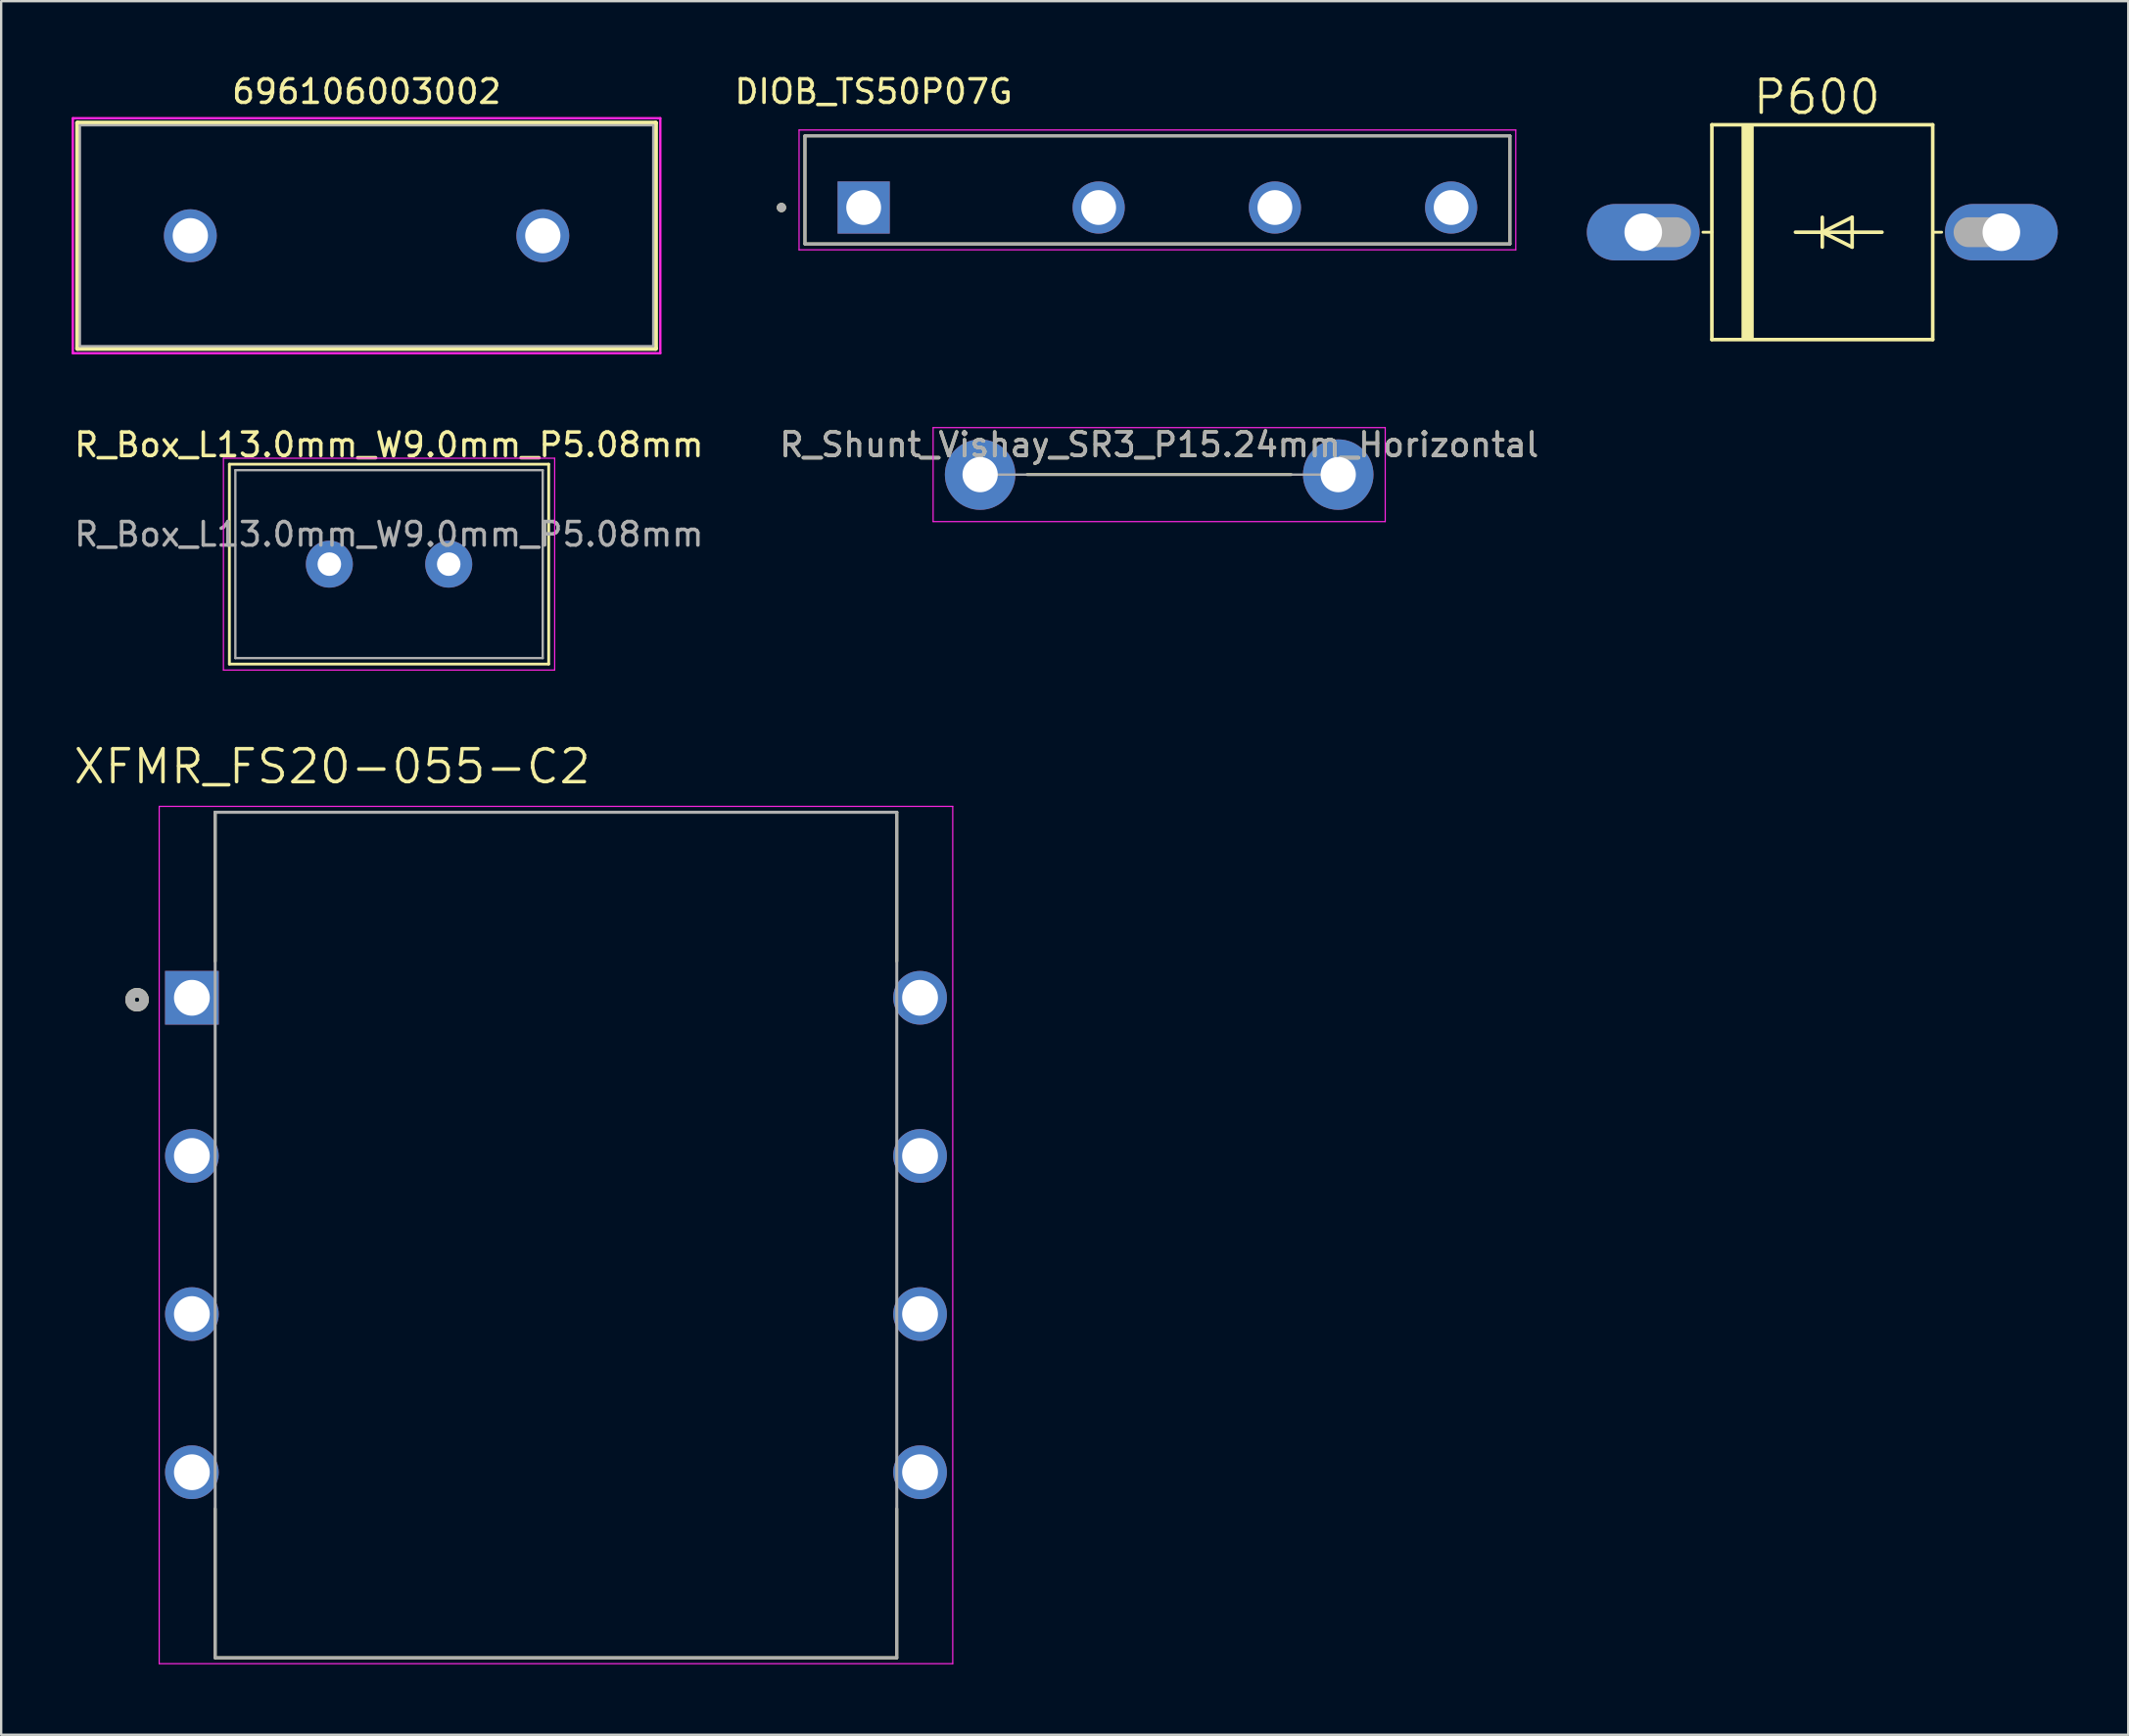
<source format=kicad_pcb>
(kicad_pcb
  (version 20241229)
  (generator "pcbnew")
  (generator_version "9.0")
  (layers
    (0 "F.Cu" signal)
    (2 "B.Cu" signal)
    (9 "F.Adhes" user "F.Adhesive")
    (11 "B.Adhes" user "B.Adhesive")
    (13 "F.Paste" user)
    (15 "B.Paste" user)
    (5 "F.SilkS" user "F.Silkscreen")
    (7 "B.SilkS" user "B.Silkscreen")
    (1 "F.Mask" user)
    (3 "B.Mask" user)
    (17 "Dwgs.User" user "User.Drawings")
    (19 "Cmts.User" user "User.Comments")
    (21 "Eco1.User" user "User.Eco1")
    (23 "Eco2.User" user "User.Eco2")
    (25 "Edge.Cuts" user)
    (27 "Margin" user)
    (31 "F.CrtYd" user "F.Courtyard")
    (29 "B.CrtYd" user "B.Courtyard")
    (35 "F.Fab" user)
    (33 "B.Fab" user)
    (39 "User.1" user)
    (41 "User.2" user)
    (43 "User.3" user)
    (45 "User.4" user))
  (footprint "R_Box_L13.0mm_W9.0mm_P5.08mm"
    (layer "F.Cu")
    (at 10.966 20.962)
    (property "Reference" "R_Box_L13.0mm_W9.0mm_P5.08mm" (at 2.54 -5.08 0) (layer "F.SilkS") (effects (font (size 1 1) (thickness 0.15))))
    (attr through_hole)
    (fp_line (start -4.254 -4.254) (end -4.254 4.254) (stroke (width 0.12) (type solid)) (layer "F.SilkS"))
    (fp_line (start -4.254 -4.254) (end 9.334 -4.254) (stroke (width 0.12) (type solid)) (layer "F.SilkS"))
    (fp_line (start -4.254 4.254) (end 9.334 4.254) (stroke (width 0.12) (type solid)) (layer "F.SilkS"))
    (fp_line (start 9.334 -4.254) (end 9.334 4.254) (stroke (width 0.12) (type solid)) (layer "F.SilkS"))
    (fp_line (start -4.508 -4.508) (end -4.508 4.508) (stroke (width 0.05) (type solid)) (layer "F.CrtYd"))
    (fp_line (start -4.508 4.508) (end 9.588 4.508) (stroke (width 0.05) (type solid)) (layer "F.CrtYd"))
    (fp_line (start 9.588 -4.508) (end -4.508 -4.508) (stroke (width 0.05) (type solid)) (layer "F.CrtYd"))
    (fp_line (start 9.588 4.508) (end 9.588 -4.508) (stroke (width 0.05) (type solid)) (layer "F.CrtYd"))
    (fp_line (start -4 -4) (end -4 4) (stroke (width 0.1) (type solid)) (layer "F.Fab"))
    (fp_line (start -4 4) (end 9.08 4) (stroke (width 0.1) (type solid)) (layer "F.Fab"))
    (fp_line (start 9.08 -4) (end -4 -4) (stroke (width 0.1) (type solid)) (layer "F.Fab"))
    (fp_line (start 9.08 4) (end 9.08 -4) (stroke (width 0.1) (type solid)) (layer "F.Fab"))
    (fp_text user "${REFERENCE}" (at 2.54 -1.27 0) (layer "F.Fab") (effects (font (size 1 1) (thickness 0.15))))
    (pad "1" thru_hole circle (at 0 0) (size 2 2) (drill 1) (layers "*.Cu" "*.Mask"))
    (pad "2" thru_hole circle (at 5.08 0) (size 2 2) (drill 1) (layers "*.Cu" "*.Mask")))
  (footprint "XFMR_FS20-055-C2"
    (layer "F.Cu")
    (at 20.61 49.516)
    (property "Reference" "XFMR_FS20-055-C2" (at -9.525 -19.939 0) (layer "F.SilkS") (effects (font (size 1.4 1.4) (thickness 0.15))))
    (attr through_hole)
    (fp_line (start -14.503 -17.996) (end -14.503 -11.65) (stroke (width 0.127) (type solid)) (layer "F.SilkS"))
    (fp_line (start -14.503 -17.996) (end 14.503 -17.996) (stroke (width 0.127) (type solid)) (layer "F.SilkS"))
    (fp_line (start -14.503 11.65) (end -14.503 17.996) (stroke (width 0.127) (type solid)) (layer "F.SilkS"))
    (fp_line (start 14.503 -17.996) (end 14.503 -11.65) (stroke (width 0.127) (type solid)) (layer "F.SilkS"))
    (fp_line (start 14.503 11.65) (end 14.503 17.996) (stroke (width 0.127) (type solid)) (layer "F.SilkS"))
    (fp_line (start 14.503 17.996) (end -14.503 17.996) (stroke (width 0.127) (type solid)) (layer "F.SilkS"))
    (fp_circle (center -17.827 -10.014) (end -17.527 -10.014) (stroke (width 0.4) (type solid)) (fill no) (layer "F.SilkS"))
    (fp_line (start -16.885 -18.246) (end 16.885 -18.246) (stroke (width 0.05) (type solid)) (layer "F.CrtYd"))
    (fp_line (start -16.885 18.246) (end -16.885 -18.246) (stroke (width 0.05) (type solid)) (layer "F.CrtYd"))
    (fp_line (start 16.885 -18.246) (end 16.885 18.246) (stroke (width 0.05) (type solid)) (layer "F.CrtYd"))
    (fp_line (start 16.885 18.246) (end -16.885 18.246) (stroke (width 0.05) (type solid)) (layer "F.CrtYd"))
    (fp_line (start -14.503 -17.996) (end 14.503 -17.996) (stroke (width 0.127) (type solid)) (layer "F.Fab"))
    (fp_line (start -14.503 17.996) (end -14.503 -17.996) (stroke (width 0.127) (type solid)) (layer "F.Fab"))
    (fp_line (start 14.503 -17.996) (end 14.503 17.996) (stroke (width 0.127) (type solid)) (layer "F.Fab"))
    (fp_line (start 14.503 17.996) (end -14.503 17.996) (stroke (width 0.127) (type solid)) (layer "F.Fab"))
    (fp_circle (center -17.827 -10.014) (end -17.527 -10.014) (stroke (width 0.4) (type solid)) (fill no) (layer "F.Fab"))
    (pad "1" thru_hole rect (at -15.494 -10.097) (size 2.286 2.286) (drill 1.524) (layers "*.Cu" "*.Mask"))
    (pad "2" thru_hole circle (at -15.494 -3.365) (size 2.286 2.286) (drill 1.524) (layers "*.Cu" "*.Mask"))
    (pad "3" thru_hole circle (at -15.494 3.365) (size 2.286 2.286) (drill 1.524) (layers "*.Cu" "*.Mask"))
    (pad "4" thru_hole circle (at -15.494 10.097) (size 2.286 2.286) (drill 1.524) (layers "*.Cu" "*.Mask"))
    (pad "5" thru_hole circle (at 15.494 -10.097) (size 2.286 2.286) (drill 1.524) (layers "*.Cu" "*.Mask"))
    (pad "6" thru_hole circle (at 15.494 -3.365) (size 2.286 2.286) (drill 1.524) (layers "*.Cu" "*.Mask"))
    (pad "7" thru_hole circle (at 15.494 3.365) (size 2.286 2.286) (drill 1.524) (layers "*.Cu" "*.Mask"))
    (pad "8" thru_hole circle (at 15.494 10.097) (size 2.286 2.286) (drill 1.524) (layers "*.Cu" "*.Mask")))
  (footprint "DIOB_TS50P07G"
    (layer "F.Cu")
    (at 33.705 5.783)
    (property "Reference" "DIOB_TS50P07G" (at 0.425 -4.935 0) (layer "F.SilkS") (effects (font (size 1 1) (thickness 0.15))))
    (attr through_hole)
    (fp_line (start -2.5 -3.05) (end 27.5 -3.05) (stroke (width 0.127) (type solid)) (layer "F.SilkS"))
    (fp_line (start -2.5 1.55) (end -2.5 -3.05) (stroke (width 0.127) (type solid)) (layer "F.SilkS"))
    (fp_line (start 27.5 -3.05) (end 27.5 1.55) (stroke (width 0.127) (type solid)) (layer "F.SilkS"))
    (fp_line (start 27.5 1.55) (end -2.5 1.55) (stroke (width 0.127) (type solid)) (layer "F.SilkS"))
    (fp_circle (center -3.5 0) (end -3.4 0) (stroke (width 0.2) (type solid)) (fill no) (layer "F.SilkS"))
    (fp_line (start -2.75 -3.3) (end -2.75 1.8) (stroke (width 0.05) (type solid)) (layer "F.CrtYd"))
    (fp_line (start -2.75 1.8) (end 27.75 1.8) (stroke (width 0.05) (type solid)) (layer "F.CrtYd"))
    (fp_line (start 27.75 -3.3) (end -2.75 -3.3) (stroke (width 0.05) (type solid)) (layer "F.CrtYd"))
    (fp_line (start 27.75 1.8) (end 27.75 -3.3) (stroke (width 0.05) (type solid)) (layer "F.CrtYd"))
    (fp_line (start -2.5 -3.05) (end 27.5 -3.05) (stroke (width 0.127) (type solid)) (layer "F.Fab"))
    (fp_line (start -2.5 1.55) (end -2.5 -3.05) (stroke (width 0.127) (type solid)) (layer "F.Fab"))
    (fp_line (start 27.5 -3.05) (end 27.5 1.55) (stroke (width 0.127) (type solid)) (layer "F.Fab"))
    (fp_line (start 27.5 1.55) (end -2.5 1.55) (stroke (width 0.127) (type solid)) (layer "F.Fab"))
    (fp_circle (center -3.5 0) (end -3.4 0) (stroke (width 0.2) (type solid)) (fill no) (layer "F.Fab"))
    (pad "1" thru_hole rect (at 0 0) (size 2.22 2.22) (drill 1.48) (layers "*.Cu" "*.Mask"))
    (pad "2" thru_hole circle (at 10 0) (size 2.22 2.22) (drill 1.48) (layers "*.Cu" "*.Mask"))
    (pad "3" thru_hole circle (at 17.5 0) (size 2.22 2.22) (drill 1.48) (layers "*.Cu" "*.Mask"))
    (pad "4" thru_hole circle (at 25 0) (size 2.22 2.22) (drill 1.48) (layers "*.Cu" "*.Mask")))
  (footprint "P600"
    (layer "F.Cu")
    (at 74.5 6.833)
    (property "Reference" "P600" (at -0.229 -5.749 0) (layer "F.SilkS") (effects (font (size 1.402 1.402) (thickness 0.15))))
    (attr through_hole)
    (fp_line (start -4.699 -4.572) (end 4.699 -4.572) (stroke (width 0.152) (type solid)) (layer "F.SilkS"))
    (fp_line (start -4.699 0) (end -5.08 0) (stroke (width 0.12) (type solid)) (layer "F.SilkS"))
    (fp_line (start -4.699 4.572) (end -4.699 -4.572) (stroke (width 0.152) (type solid)) (layer "F.SilkS"))
    (fp_line (start -1.143 0) (end 0 0) (stroke (width 0.152) (type solid)) (layer "F.SilkS"))
    (fp_line (start 0 -0.635) (end 0 0) (stroke (width 0.152) (type solid)) (layer "F.SilkS"))
    (fp_line (start 0 0) (end 0 0.635) (stroke (width 0.152) (type solid)) (layer "F.SilkS"))
    (fp_line (start 0 0) (end 1.27 -0.635) (stroke (width 0.152) (type solid)) (layer "F.SilkS"))
    (fp_line (start 0 0) (end 2.54 0) (stroke (width 0.152) (type solid)) (layer "F.SilkS"))
    (fp_line (start 1.27 -0.635) (end 1.27 0.635) (stroke (width 0.152) (type solid)) (layer "F.SilkS"))
    (fp_line (start 1.27 0.635) (end 0 0) (stroke (width 0.152) (type solid)) (layer "F.SilkS"))
    (fp_line (start 4.699 -4.572) (end 4.699 4.572) (stroke (width 0.152) (type solid)) (layer "F.SilkS"))
    (fp_line (start 4.699 0) (end 5.08 0) (stroke (width 0.12) (type solid)) (layer "F.SilkS"))
    (fp_line (start 4.699 4.572) (end -4.699 4.572) (stroke (width 0.152) (type solid)) (layer "F.SilkS"))
    (fp_poly (pts (xy -3.435 -4.572) (xy -2.921 -4.572) (xy -2.921 4.58) (xy -3.435 4.58)) (stroke (width 0.01) (type solid)) (fill yes) (layer "F.SilkS"))
    (fp_line (start -7.62 0) (end -6.223 0) (stroke (width 1.27) (type solid)) (layer "F.Fab"))
    (fp_line (start 7.62 0) (end 6.223 0) (stroke (width 1.27) (type solid)) (layer "F.Fab"))
    (pad "1" thru_hole oval (at -7.62 0) (size 4.801 2.4) (drill 1.6) (layers "*.Cu" "*.Mask"))
    (pad "2" thru_hole oval (at 7.62 0) (size 4.801 2.4) (drill 1.6) (layers "*.Cu" "*.Mask")))
  (footprint "696106003002"
    (layer "F.Cu")
    (at 12.55 6.983)
    (property "Reference" "696106003002" (at 0 -6.135 0) (layer "F.SilkS") (effects (font (size 1 1) (thickness 0.15))))
    (attr through_hole)
    (fp_line (start -12.3 -4.8) (end 12.3 -4.8) (stroke (width 0.2) (type solid)) (layer "F.SilkS"))
    (fp_line (start -12.3 4.8) (end -12.3 -4.8) (stroke (width 0.2) (type solid)) (layer "F.SilkS"))
    (fp_line (start 12.3 -4.8) (end 12.3 4.8) (stroke (width 0.2) (type solid)) (layer "F.SilkS"))
    (fp_line (start 12.3 4.8) (end -12.3 4.8) (stroke (width 0.2) (type solid)) (layer "F.SilkS"))
    (fp_line (start -12.5 -5) (end 12.5 -5) (stroke (width 0.1) (type solid)) (layer "F.CrtYd"))
    (fp_line (start -12.5 5) (end -12.5 -5) (stroke (width 0.1) (type solid)) (layer "F.CrtYd"))
    (fp_line (start 12.5 -5) (end 12.5 5) (stroke (width 0.1) (type solid)) (layer "F.CrtYd"))
    (fp_line (start 12.5 5) (end -12.5 5) (stroke (width 0.1) (type solid)) (layer "F.CrtYd"))
    (fp_line (start -12.2 -4.7) (end 12.2 -4.7) (stroke (width 0.1) (type solid)) (layer "F.Fab"))
    (fp_line (start -12.2 4.7) (end -12.2 -4.7) (stroke (width 0.1) (type solid)) (layer "F.Fab"))
    (fp_line (start 12.2 -4.7) (end 12.2 4.7) (stroke (width 0.1) (type solid)) (layer "F.Fab"))
    (fp_line (start 12.2 4.7) (end -12.2 4.7) (stroke (width 0.1) (type solid)) (layer "F.Fab"))
    (pad "1" thru_hole circle (at -7.5 0) (size 2.25 2.25) (drill 1.5) (layers "*.Cu" "*.Mask"))
    (pad "2" thru_hole circle (at 7.5 0) (size 2.25 2.25) (drill 1.5) (layers "*.Cu" "*.Mask")))
  (footprint "R_Shunt_Vishay_SR3_P15.24mm_Horizontal"
    (layer "F.Cu")
    (at 38.66 17.151)
    (property "Reference" "R_Shunt_Vishay_SR3_P15.24mm_Horizontal" (at 7.62 -1.27 0) (layer "F.SilkS") (effects (font (size 1 1) (thickness 0.15))))
    (attr through_hole)
    (fp_line (start 2 0) (end 13.24 0) (stroke (width 0.12) (type solid)) (layer "F.SilkS"))
    (fp_line (start -2 -2) (end -2 2) (stroke (width 0.05) (type solid)) (layer "F.CrtYd"))
    (fp_line (start -2 2) (end 17.24 2) (stroke (width 0.05) (type solid)) (layer "F.CrtYd"))
    (fp_line (start 17.24 -2) (end -2 -2) (stroke (width 0.05) (type solid)) (layer "F.CrtYd"))
    (fp_line (start 17.24 2) (end 17.24 -2) (stroke (width 0.05) (type solid)) (layer "F.CrtYd"))
    (fp_line (start 15.24 0) (end 0 0) (stroke (width 0.1) (type solid)) (layer "F.Fab"))
    (fp_text user "${REFERENCE}" (at 7.62 -1.27 0) (layer "F.Fab") (effects (font (size 1 1) (thickness 0.15))))
    (pad "1" thru_hole circle (at 0 0) (size 3 3) (drill 1.5) (layers "*.Cu" "*.Mask"))
    (pad "2" thru_hole circle (at 15.24 0) (size 3 3) (drill 1.5) (layers "*.Cu" "*.Mask")))
  (gr_rect
    (start -3 -3)
    (end 87.52 70.787)
    (stroke (width 0.1) (type default))
    (fill no)
    (layer "Edge.Cuts")))
</source>
